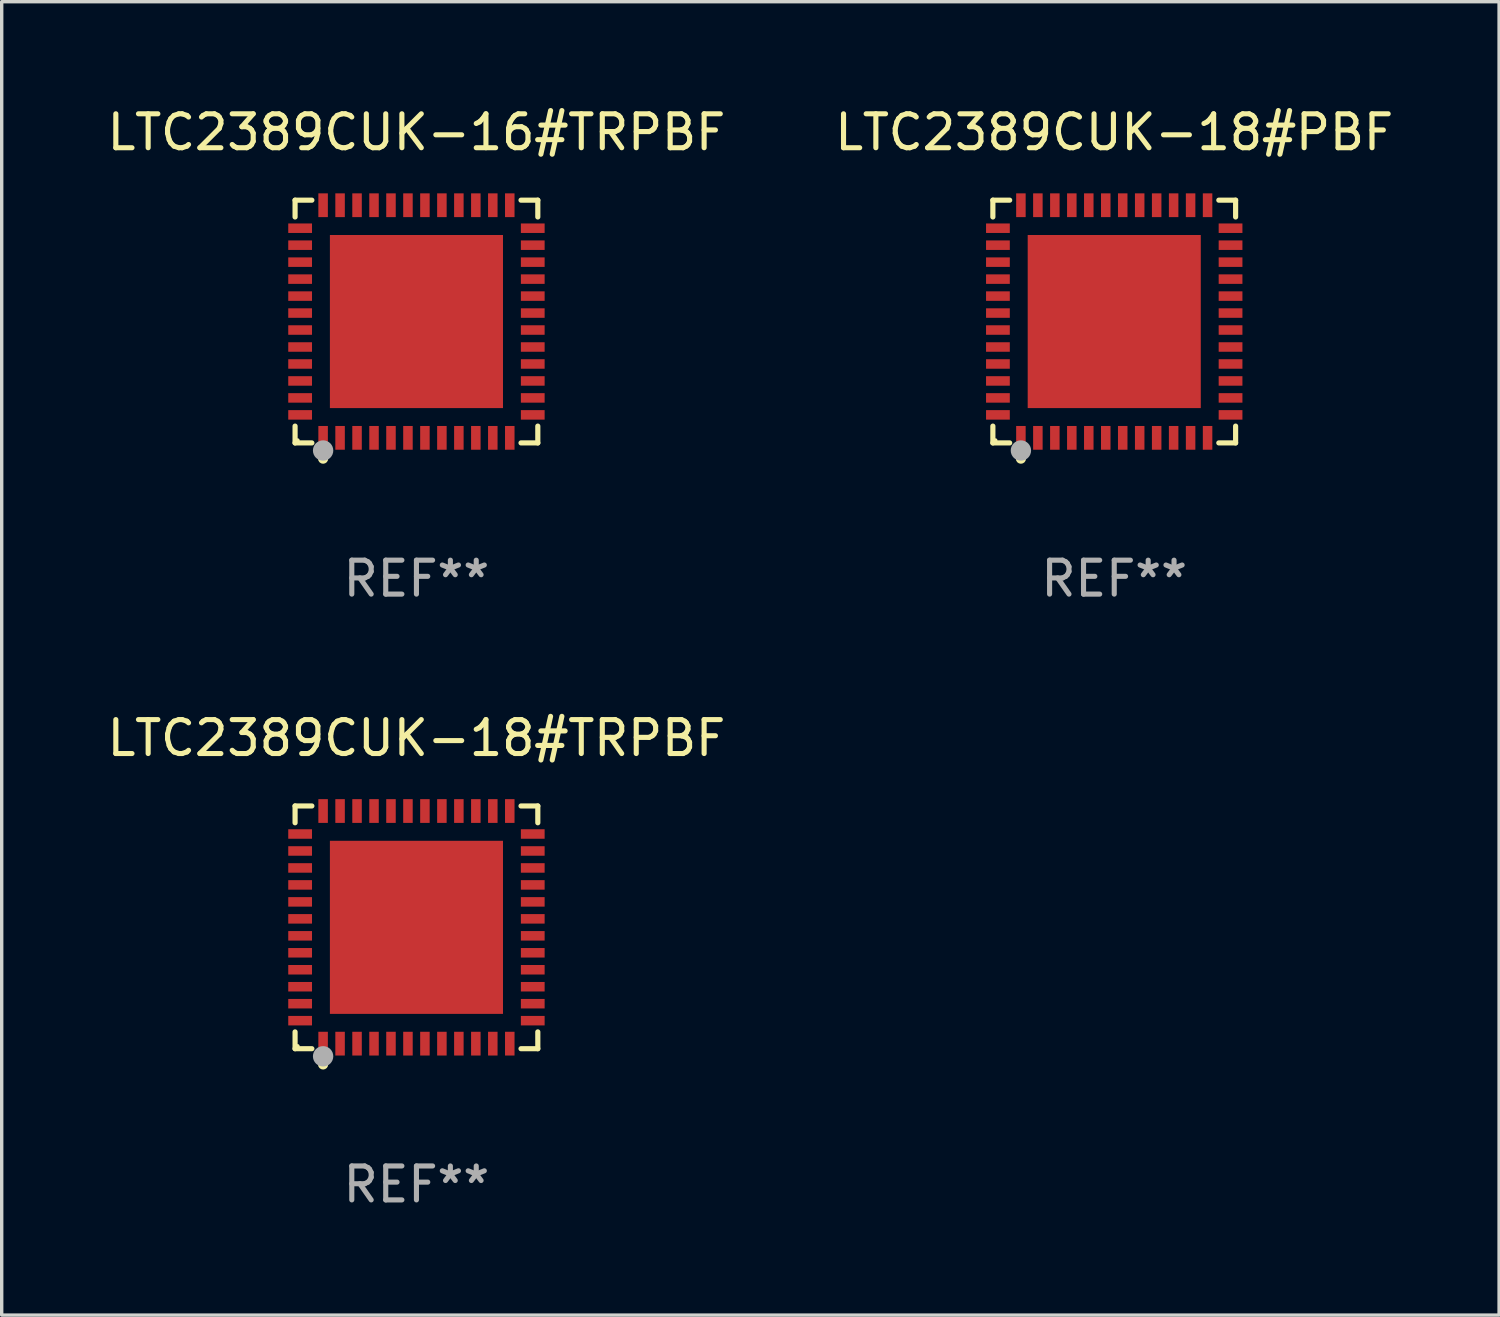
<source format=kicad_pcb>
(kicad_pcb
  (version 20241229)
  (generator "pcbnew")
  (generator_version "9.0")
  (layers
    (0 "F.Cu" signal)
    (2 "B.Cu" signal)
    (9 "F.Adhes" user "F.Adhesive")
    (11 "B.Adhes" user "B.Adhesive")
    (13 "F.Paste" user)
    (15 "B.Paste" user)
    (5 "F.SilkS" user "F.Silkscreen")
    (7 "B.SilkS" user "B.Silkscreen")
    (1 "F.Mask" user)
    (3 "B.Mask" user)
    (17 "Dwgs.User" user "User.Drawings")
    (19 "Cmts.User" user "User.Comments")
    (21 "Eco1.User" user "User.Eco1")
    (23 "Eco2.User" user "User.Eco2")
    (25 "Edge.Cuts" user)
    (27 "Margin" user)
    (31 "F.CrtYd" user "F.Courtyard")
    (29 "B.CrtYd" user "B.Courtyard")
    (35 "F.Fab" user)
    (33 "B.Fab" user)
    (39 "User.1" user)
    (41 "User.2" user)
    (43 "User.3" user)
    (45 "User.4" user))
  (footprint "LTC2389CUK-18#PBF"
    (layer "F.Cu")
    (at 29.78 6.424)
    (property "Reference" "LTC2389CUK-18#PBF" (at 0 -5.576 0) (layer "F.SilkS") (effects (font (size 1 1) (thickness 0.15))))
    (attr through_hole)
    (fp_line (start -3.576 -3.576) (end -3.081 -3.576) (stroke (width 0.152) (type solid)) (layer "F.SilkS"))
    (fp_line (start -3.576 -3.081) (end -3.576 -3.576) (stroke (width 0.152) (type solid)) (layer "F.SilkS"))
    (fp_line (start -3.576 3.081) (end -3.576 3.576) (stroke (width 0.152) (type solid)) (layer "F.SilkS"))
    (fp_line (start -3.576 3.576) (end -3.081 3.576) (stroke (width 0.152) (type solid)) (layer "F.SilkS"))
    (fp_line (start 3.576 -3.576) (end 3.081 -3.576) (stroke (width 0.152) (type solid)) (layer "F.SilkS"))
    (fp_line (start 3.576 -3.081) (end 3.576 -3.576) (stroke (width 0.152) (type solid)) (layer "F.SilkS"))
    (fp_line (start 3.576 3.081) (end 3.576 3.576) (stroke (width 0.152) (type solid)) (layer "F.SilkS"))
    (fp_line (start 3.576 3.576) (end 3.081 3.576) (stroke (width 0.152) (type solid)) (layer "F.SilkS"))
    (fp_circle (center -3.5 3.5) (end -3.47 3.5) (stroke (width 0.06) (type solid)) (fill no) (layer "F.SilkS"))
    (fp_circle (center -2.75 4.04) (end -2.675 4.04) (stroke (width 0.15) (type solid)) (fill no) (layer "F.SilkS"))
    (fp_circle (center -2.75 3.8) (end -2.6 3.8) (stroke (width 0.3) (type solid)) (fill no) (layer "F.Fab"))
    (fp_text user "REF**" (at 0 7.576 0) (layer "F.Fab") (effects (font (size 1 1) (thickness 0.15))))
    (pad "1" smd rect (at -2.75 3.427) (size 0.28 0.7) (layers "F.Cu" "F.Mask" "F.Paste"))
    (pad "2" smd rect (at -2.25 3.427) (size 0.28 0.7) (layers "F.Cu" "F.Mask" "F.Paste"))
    (pad "3" smd rect (at -1.75 3.427) (size 0.28 0.7) (layers "F.Cu" "F.Mask" "F.Paste"))
    (pad "4" smd rect (at -1.25 3.427) (size 0.28 0.7) (layers "F.Cu" "F.Mask" "F.Paste"))
    (pad "5" smd rect (at -0.75 3.427) (size 0.28 0.7) (layers "F.Cu" "F.Mask" "F.Paste"))
    (pad "6" smd rect (at -0.25 3.427) (size 0.28 0.7) (layers "F.Cu" "F.Mask" "F.Paste"))
    (pad "7" smd rect (at 0.25 3.427) (size 0.28 0.7) (layers "F.Cu" "F.Mask" "F.Paste"))
    (pad "8" smd rect (at 0.75 3.427) (size 0.28 0.7) (layers "F.Cu" "F.Mask" "F.Paste"))
    (pad "9" smd rect (at 1.25 3.427) (size 0.28 0.7) (layers "F.Cu" "F.Mask" "F.Paste"))
    (pad "10" smd rect (at 1.75 3.427) (size 0.28 0.7) (layers "F.Cu" "F.Mask" "F.Paste"))
    (pad "11" smd rect (at 2.25 3.427) (size 0.28 0.7) (layers "F.Cu" "F.Mask" "F.Paste"))
    (pad "12" smd rect (at 2.75 3.427) (size 0.28 0.7) (layers "F.Cu" "F.Mask" "F.Paste"))
    (pad "13" smd rect (at 3.427 2.75) (size 0.7 0.28) (layers "F.Cu" "F.Mask" "F.Paste"))
    (pad "14" smd rect (at 3.427 2.25) (size 0.7 0.28) (layers "F.Cu" "F.Mask" "F.Paste"))
    (pad "15" smd rect (at 3.427 1.75) (size 0.7 0.28) (layers "F.Cu" "F.Mask" "F.Paste"))
    (pad "16" smd rect (at 3.427 1.25) (size 0.7 0.28) (layers "F.Cu" "F.Mask" "F.Paste"))
    (pad "17" smd rect (at 3.427 0.75) (size 0.7 0.28) (layers "F.Cu" "F.Mask" "F.Paste"))
    (pad "18" smd rect (at 3.427 0.25) (size 0.7 0.28) (layers "F.Cu" "F.Mask" "F.Paste"))
    (pad "19" smd rect (at 3.427 -0.25) (size 0.7 0.28) (layers "F.Cu" "F.Mask" "F.Paste"))
    (pad "20" smd rect (at 3.427 -0.75) (size 0.7 0.28) (layers "F.Cu" "F.Mask" "F.Paste"))
    (pad "21" smd rect (at 3.427 -1.25) (size 0.7 0.28) (layers "F.Cu" "F.Mask" "F.Paste"))
    (pad "22" smd rect (at 3.427 -1.75) (size 0.7 0.28) (layers "F.Cu" "F.Mask" "F.Paste"))
    (pad "23" smd rect (at 3.427 -2.25) (size 0.7 0.28) (layers "F.Cu" "F.Mask" "F.Paste"))
    (pad "24" smd rect (at 3.427 -2.75) (size 0.7 0.28) (layers "F.Cu" "F.Mask" "F.Paste"))
    (pad "25" smd rect (at 2.75 -3.427) (size 0.28 0.7) (layers "F.Cu" "F.Mask" "F.Paste"))
    (pad "26" smd rect (at 2.25 -3.427) (size 0.28 0.7) (layers "F.Cu" "F.Mask" "F.Paste"))
    (pad "27" smd rect (at 1.75 -3.427) (size 0.28 0.7) (layers "F.Cu" "F.Mask" "F.Paste"))
    (pad "28" smd rect (at 1.25 -3.427) (size 0.28 0.7) (layers "F.Cu" "F.Mask" "F.Paste"))
    (pad "29" smd rect (at 0.75 -3.427) (size 0.28 0.7) (layers "F.Cu" "F.Mask" "F.Paste"))
    (pad "30" smd rect (at 0.25 -3.427) (size 0.28 0.7) (layers "F.Cu" "F.Mask" "F.Paste"))
    (pad "31" smd rect (at -0.25 -3.427) (size 0.28 0.7) (layers "F.Cu" "F.Mask" "F.Paste"))
    (pad "32" smd rect (at -0.75 -3.427) (size 0.28 0.7) (layers "F.Cu" "F.Mask" "F.Paste"))
    (pad "33" smd rect (at -1.25 -3.427) (size 0.28 0.7) (layers "F.Cu" "F.Mask" "F.Paste"))
    (pad "34" smd rect (at -1.75 -3.427) (size 0.28 0.7) (layers "F.Cu" "F.Mask" "F.Paste"))
    (pad "35" smd rect (at -2.25 -3.427) (size 0.28 0.7) (layers "F.Cu" "F.Mask" "F.Paste"))
    (pad "36" smd rect (at -2.75 -3.427) (size 0.28 0.7) (layers "F.Cu" "F.Mask" "F.Paste"))
    (pad "37" smd rect (at -3.427 -2.75) (size 0.7 0.28) (layers "F.Cu" "F.Mask" "F.Paste"))
    (pad "38" smd rect (at -3.427 -2.25) (size 0.7 0.28) (layers "F.Cu" "F.Mask" "F.Paste"))
    (pad "39" smd rect (at -3.427 -1.75) (size 0.7 0.28) (layers "F.Cu" "F.Mask" "F.Paste"))
    (pad "40" smd rect (at -3.427 -1.25) (size 0.7 0.28) (layers "F.Cu" "F.Mask" "F.Paste"))
    (pad "41" smd rect (at -3.427 -0.75) (size 0.7 0.28) (layers "F.Cu" "F.Mask" "F.Paste"))
    (pad "42" smd rect (at -3.427 -0.25) (size 0.7 0.28) (layers "F.Cu" "F.Mask" "F.Paste"))
    (pad "43" smd rect (at -3.427 0.25) (size 0.7 0.28) (layers "F.Cu" "F.Mask" "F.Paste"))
    (pad "44" smd rect (at -3.427 0.75) (size 0.7 0.28) (layers "F.Cu" "F.Mask" "F.Paste"))
    (pad "45" smd rect (at -3.427 1.25) (size 0.7 0.28) (layers "F.Cu" "F.Mask" "F.Paste"))
    (pad "46" smd rect (at -3.427 1.75) (size 0.7 0.28) (layers "F.Cu" "F.Mask" "F.Paste"))
    (pad "47" smd rect (at -3.427 2.25) (size 0.7 0.28) (layers "F.Cu" "F.Mask" "F.Paste"))
    (pad "48" smd rect (at -3.427 2.75) (size 0.7 0.28) (layers "F.Cu" "F.Mask" "F.Paste"))
    (pad "49" smd rect (at 0 0) (size 5.1 5.1) (layers "F.Cu" "F.Mask" "F.Paste")))
  (footprint "LTC2389CUK-16#TRPBF"
    (layer "F.Cu")
    (at 9.22 6.424)
    (property "Reference" "LTC2389CUK-16#TRPBF" (at 0 -5.576 0) (layer "F.SilkS") (effects (font (size 1 1) (thickness 0.15))))
    (attr through_hole)
    (fp_line (start -3.576 -3.576) (end -3.081 -3.576) (stroke (width 0.152) (type solid)) (layer "F.SilkS"))
    (fp_line (start -3.576 -3.081) (end -3.576 -3.576) (stroke (width 0.152) (type solid)) (layer "F.SilkS"))
    (fp_line (start -3.576 3.081) (end -3.576 3.576) (stroke (width 0.152) (type solid)) (layer "F.SilkS"))
    (fp_line (start -3.576 3.576) (end -3.081 3.576) (stroke (width 0.152) (type solid)) (layer "F.SilkS"))
    (fp_line (start 3.576 -3.576) (end 3.081 -3.576) (stroke (width 0.152) (type solid)) (layer "F.SilkS"))
    (fp_line (start 3.576 -3.081) (end 3.576 -3.576) (stroke (width 0.152) (type solid)) (layer "F.SilkS"))
    (fp_line (start 3.576 3.081) (end 3.576 3.576) (stroke (width 0.152) (type solid)) (layer "F.SilkS"))
    (fp_line (start 3.576 3.576) (end 3.081 3.576) (stroke (width 0.152) (type solid)) (layer "F.SilkS"))
    (fp_circle (center -3.5 3.5) (end -3.47 3.5) (stroke (width 0.06) (type solid)) (fill no) (layer "F.SilkS"))
    (fp_circle (center -2.75 4.04) (end -2.675 4.04) (stroke (width 0.15) (type solid)) (fill no) (layer "F.SilkS"))
    (fp_circle (center -2.75 3.8) (end -2.6 3.8) (stroke (width 0.3) (type solid)) (fill no) (layer "F.Fab"))
    (fp_text user "REF**" (at 0 7.576 0) (layer "F.Fab") (effects (font (size 1 1) (thickness 0.15))))
    (pad "1" smd rect (at -2.75 3.427) (size 0.28 0.7) (layers "F.Cu" "F.Mask" "F.Paste"))
    (pad "2" smd rect (at -2.25 3.427) (size 0.28 0.7) (layers "F.Cu" "F.Mask" "F.Paste"))
    (pad "3" smd rect (at -1.75 3.427) (size 0.28 0.7) (layers "F.Cu" "F.Mask" "F.Paste"))
    (pad "4" smd rect (at -1.25 3.427) (size 0.28 0.7) (layers "F.Cu" "F.Mask" "F.Paste"))
    (pad "5" smd rect (at -0.75 3.427) (size 0.28 0.7) (layers "F.Cu" "F.Mask" "F.Paste"))
    (pad "6" smd rect (at -0.25 3.427) (size 0.28 0.7) (layers "F.Cu" "F.Mask" "F.Paste"))
    (pad "7" smd rect (at 0.25 3.427) (size 0.28 0.7) (layers "F.Cu" "F.Mask" "F.Paste"))
    (pad "8" smd rect (at 0.75 3.427) (size 0.28 0.7) (layers "F.Cu" "F.Mask" "F.Paste"))
    (pad "9" smd rect (at 1.25 3.427) (size 0.28 0.7) (layers "F.Cu" "F.Mask" "F.Paste"))
    (pad "10" smd rect (at 1.75 3.427) (size 0.28 0.7) (layers "F.Cu" "F.Mask" "F.Paste"))
    (pad "11" smd rect (at 2.25 3.427) (size 0.28 0.7) (layers "F.Cu" "F.Mask" "F.Paste"))
    (pad "12" smd rect (at 2.75 3.427) (size 0.28 0.7) (layers "F.Cu" "F.Mask" "F.Paste"))
    (pad "13" smd rect (at 3.427 2.75) (size 0.7 0.28) (layers "F.Cu" "F.Mask" "F.Paste"))
    (pad "14" smd rect (at 3.427 2.25) (size 0.7 0.28) (layers "F.Cu" "F.Mask" "F.Paste"))
    (pad "15" smd rect (at 3.427 1.75) (size 0.7 0.28) (layers "F.Cu" "F.Mask" "F.Paste"))
    (pad "16" smd rect (at 3.427 1.25) (size 0.7 0.28) (layers "F.Cu" "F.Mask" "F.Paste"))
    (pad "17" smd rect (at 3.427 0.75) (size 0.7 0.28) (layers "F.Cu" "F.Mask" "F.Paste"))
    (pad "18" smd rect (at 3.427 0.25) (size 0.7 0.28) (layers "F.Cu" "F.Mask" "F.Paste"))
    (pad "19" smd rect (at 3.427 -0.25) (size 0.7 0.28) (layers "F.Cu" "F.Mask" "F.Paste"))
    (pad "20" smd rect (at 3.427 -0.75) (size 0.7 0.28) (layers "F.Cu" "F.Mask" "F.Paste"))
    (pad "21" smd rect (at 3.427 -1.25) (size 0.7 0.28) (layers "F.Cu" "F.Mask" "F.Paste"))
    (pad "22" smd rect (at 3.427 -1.75) (size 0.7 0.28) (layers "F.Cu" "F.Mask" "F.Paste"))
    (pad "23" smd rect (at 3.427 -2.25) (size 0.7 0.28) (layers "F.Cu" "F.Mask" "F.Paste"))
    (pad "24" smd rect (at 3.427 -2.75) (size 0.7 0.28) (layers "F.Cu" "F.Mask" "F.Paste"))
    (pad "25" smd rect (at 2.75 -3.427) (size 0.28 0.7) (layers "F.Cu" "F.Mask" "F.Paste"))
    (pad "26" smd rect (at 2.25 -3.427) (size 0.28 0.7) (layers "F.Cu" "F.Mask" "F.Paste"))
    (pad "27" smd rect (at 1.75 -3.427) (size 0.28 0.7) (layers "F.Cu" "F.Mask" "F.Paste"))
    (pad "28" smd rect (at 1.25 -3.427) (size 0.28 0.7) (layers "F.Cu" "F.Mask" "F.Paste"))
    (pad "29" smd rect (at 0.75 -3.427) (size 0.28 0.7) (layers "F.Cu" "F.Mask" "F.Paste"))
    (pad "30" smd rect (at 0.25 -3.427) (size 0.28 0.7) (layers "F.Cu" "F.Mask" "F.Paste"))
    (pad "31" smd rect (at -0.25 -3.427) (size 0.28 0.7) (layers "F.Cu" "F.Mask" "F.Paste"))
    (pad "32" smd rect (at -0.75 -3.427) (size 0.28 0.7) (layers "F.Cu" "F.Mask" "F.Paste"))
    (pad "33" smd rect (at -1.25 -3.427) (size 0.28 0.7) (layers "F.Cu" "F.Mask" "F.Paste"))
    (pad "34" smd rect (at -1.75 -3.427) (size 0.28 0.7) (layers "F.Cu" "F.Mask" "F.Paste"))
    (pad "35" smd rect (at -2.25 -3.427) (size 0.28 0.7) (layers "F.Cu" "F.Mask" "F.Paste"))
    (pad "36" smd rect (at -2.75 -3.427) (size 0.28 0.7) (layers "F.Cu" "F.Mask" "F.Paste"))
    (pad "37" smd rect (at -3.427 -2.75) (size 0.7 0.28) (layers "F.Cu" "F.Mask" "F.Paste"))
    (pad "38" smd rect (at -3.427 -2.25) (size 0.7 0.28) (layers "F.Cu" "F.Mask" "F.Paste"))
    (pad "39" smd rect (at -3.427 -1.75) (size 0.7 0.28) (layers "F.Cu" "F.Mask" "F.Paste"))
    (pad "40" smd rect (at -3.427 -1.25) (size 0.7 0.28) (layers "F.Cu" "F.Mask" "F.Paste"))
    (pad "41" smd rect (at -3.427 -0.75) (size 0.7 0.28) (layers "F.Cu" "F.Mask" "F.Paste"))
    (pad "42" smd rect (at -3.427 -0.25) (size 0.7 0.28) (layers "F.Cu" "F.Mask" "F.Paste"))
    (pad "43" smd rect (at -3.427 0.25) (size 0.7 0.28) (layers "F.Cu" "F.Mask" "F.Paste"))
    (pad "44" smd rect (at -3.427 0.75) (size 0.7 0.28) (layers "F.Cu" "F.Mask" "F.Paste"))
    (pad "45" smd rect (at -3.427 1.25) (size 0.7 0.28) (layers "F.Cu" "F.Mask" "F.Paste"))
    (pad "46" smd rect (at -3.427 1.75) (size 0.7 0.28) (layers "F.Cu" "F.Mask" "F.Paste"))
    (pad "47" smd rect (at -3.427 2.25) (size 0.7 0.28) (layers "F.Cu" "F.Mask" "F.Paste"))
    (pad "48" smd rect (at -3.427 2.75) (size 0.7 0.28) (layers "F.Cu" "F.Mask" "F.Paste"))
    (pad "49" smd rect (at 0 0) (size 5.1 5.1) (layers "F.Cu" "F.Mask" "F.Paste")))
  (footprint "LTC2389CUK-18#TRPBF"
    (layer "F.Cu")
    (at 9.22 24.273)
    (property "Reference" "LTC2389CUK-18#TRPBF" (at 0 -5.576 0) (layer "F.SilkS") (effects (font (size 1 1) (thickness 0.15))))
    (attr through_hole)
    (fp_line (start -3.576 -3.576) (end -3.081 -3.576) (stroke (width 0.152) (type solid)) (layer "F.SilkS"))
    (fp_line (start -3.576 -3.081) (end -3.576 -3.576) (stroke (width 0.152) (type solid)) (layer "F.SilkS"))
    (fp_line (start -3.576 3.081) (end -3.576 3.576) (stroke (width 0.152) (type solid)) (layer "F.SilkS"))
    (fp_line (start -3.576 3.576) (end -3.081 3.576) (stroke (width 0.152) (type solid)) (layer "F.SilkS"))
    (fp_line (start 3.576 -3.576) (end 3.081 -3.576) (stroke (width 0.152) (type solid)) (layer "F.SilkS"))
    (fp_line (start 3.576 -3.081) (end 3.576 -3.576) (stroke (width 0.152) (type solid)) (layer "F.SilkS"))
    (fp_line (start 3.576 3.081) (end 3.576 3.576) (stroke (width 0.152) (type solid)) (layer "F.SilkS"))
    (fp_line (start 3.576 3.576) (end 3.081 3.576) (stroke (width 0.152) (type solid)) (layer "F.SilkS"))
    (fp_circle (center -3.5 3.5) (end -3.47 3.5) (stroke (width 0.06) (type solid)) (fill no) (layer "F.SilkS"))
    (fp_circle (center -2.75 4.04) (end -2.675 4.04) (stroke (width 0.15) (type solid)) (fill no) (layer "F.SilkS"))
    (fp_circle (center -2.75 3.8) (end -2.6 3.8) (stroke (width 0.3) (type solid)) (fill no) (layer "F.Fab"))
    (fp_text user "REF**" (at 0 7.576 0) (layer "F.Fab") (effects (font (size 1 1) (thickness 0.15))))
    (pad "1" smd rect (at -2.75 3.427) (size 0.28 0.7) (layers "F.Cu" "F.Mask" "F.Paste"))
    (pad "2" smd rect (at -2.25 3.427) (size 0.28 0.7) (layers "F.Cu" "F.Mask" "F.Paste"))
    (pad "3" smd rect (at -1.75 3.427) (size 0.28 0.7) (layers "F.Cu" "F.Mask" "F.Paste"))
    (pad "4" smd rect (at -1.25 3.427) (size 0.28 0.7) (layers "F.Cu" "F.Mask" "F.Paste"))
    (pad "5" smd rect (at -0.75 3.427) (size 0.28 0.7) (layers "F.Cu" "F.Mask" "F.Paste"))
    (pad "6" smd rect (at -0.25 3.427) (size 0.28 0.7) (layers "F.Cu" "F.Mask" "F.Paste"))
    (pad "7" smd rect (at 0.25 3.427) (size 0.28 0.7) (layers "F.Cu" "F.Mask" "F.Paste"))
    (pad "8" smd rect (at 0.75 3.427) (size 0.28 0.7) (layers "F.Cu" "F.Mask" "F.Paste"))
    (pad "9" smd rect (at 1.25 3.427) (size 0.28 0.7) (layers "F.Cu" "F.Mask" "F.Paste"))
    (pad "10" smd rect (at 1.75 3.427) (size 0.28 0.7) (layers "F.Cu" "F.Mask" "F.Paste"))
    (pad "11" smd rect (at 2.25 3.427) (size 0.28 0.7) (layers "F.Cu" "F.Mask" "F.Paste"))
    (pad "12" smd rect (at 2.75 3.427) (size 0.28 0.7) (layers "F.Cu" "F.Mask" "F.Paste"))
    (pad "13" smd rect (at 3.427 2.75) (size 0.7 0.28) (layers "F.Cu" "F.Mask" "F.Paste"))
    (pad "14" smd rect (at 3.427 2.25) (size 0.7 0.28) (layers "F.Cu" "F.Mask" "F.Paste"))
    (pad "15" smd rect (at 3.427 1.75) (size 0.7 0.28) (layers "F.Cu" "F.Mask" "F.Paste"))
    (pad "16" smd rect (at 3.427 1.25) (size 0.7 0.28) (layers "F.Cu" "F.Mask" "F.Paste"))
    (pad "17" smd rect (at 3.427 0.75) (size 0.7 0.28) (layers "F.Cu" "F.Mask" "F.Paste"))
    (pad "18" smd rect (at 3.427 0.25) (size 0.7 0.28) (layers "F.Cu" "F.Mask" "F.Paste"))
    (pad "19" smd rect (at 3.427 -0.25) (size 0.7 0.28) (layers "F.Cu" "F.Mask" "F.Paste"))
    (pad "20" smd rect (at 3.427 -0.75) (size 0.7 0.28) (layers "F.Cu" "F.Mask" "F.Paste"))
    (pad "21" smd rect (at 3.427 -1.25) (size 0.7 0.28) (layers "F.Cu" "F.Mask" "F.Paste"))
    (pad "22" smd rect (at 3.427 -1.75) (size 0.7 0.28) (layers "F.Cu" "F.Mask" "F.Paste"))
    (pad "23" smd rect (at 3.427 -2.25) (size 0.7 0.28) (layers "F.Cu" "F.Mask" "F.Paste"))
    (pad "24" smd rect (at 3.427 -2.75) (size 0.7 0.28) (layers "F.Cu" "F.Mask" "F.Paste"))
    (pad "25" smd rect (at 2.75 -3.427) (size 0.28 0.7) (layers "F.Cu" "F.Mask" "F.Paste"))
    (pad "26" smd rect (at 2.25 -3.427) (size 0.28 0.7) (layers "F.Cu" "F.Mask" "F.Paste"))
    (pad "27" smd rect (at 1.75 -3.427) (size 0.28 0.7) (layers "F.Cu" "F.Mask" "F.Paste"))
    (pad "28" smd rect (at 1.25 -3.427) (size 0.28 0.7) (layers "F.Cu" "F.Mask" "F.Paste"))
    (pad "29" smd rect (at 0.75 -3.427) (size 0.28 0.7) (layers "F.Cu" "F.Mask" "F.Paste"))
    (pad "30" smd rect (at 0.25 -3.427) (size 0.28 0.7) (layers "F.Cu" "F.Mask" "F.Paste"))
    (pad "31" smd rect (at -0.25 -3.427) (size 0.28 0.7) (layers "F.Cu" "F.Mask" "F.Paste"))
    (pad "32" smd rect (at -0.75 -3.427) (size 0.28 0.7) (layers "F.Cu" "F.Mask" "F.Paste"))
    (pad "33" smd rect (at -1.25 -3.427) (size 0.28 0.7) (layers "F.Cu" "F.Mask" "F.Paste"))
    (pad "34" smd rect (at -1.75 -3.427) (size 0.28 0.7) (layers "F.Cu" "F.Mask" "F.Paste"))
    (pad "35" smd rect (at -2.25 -3.427) (size 0.28 0.7) (layers "F.Cu" "F.Mask" "F.Paste"))
    (pad "36" smd rect (at -2.75 -3.427) (size 0.28 0.7) (layers "F.Cu" "F.Mask" "F.Paste"))
    (pad "37" smd rect (at -3.427 -2.75) (size 0.7 0.28) (layers "F.Cu" "F.Mask" "F.Paste"))
    (pad "38" smd rect (at -3.427 -2.25) (size 0.7 0.28) (layers "F.Cu" "F.Mask" "F.Paste"))
    (pad "39" smd rect (at -3.427 -1.75) (size 0.7 0.28) (layers "F.Cu" "F.Mask" "F.Paste"))
    (pad "40" smd rect (at -3.427 -1.25) (size 0.7 0.28) (layers "F.Cu" "F.Mask" "F.Paste"))
    (pad "41" smd rect (at -3.427 -0.75) (size 0.7 0.28) (layers "F.Cu" "F.Mask" "F.Paste"))
    (pad "42" smd rect (at -3.427 -0.25) (size 0.7 0.28) (layers "F.Cu" "F.Mask" "F.Paste"))
    (pad "43" smd rect (at -3.427 0.25) (size 0.7 0.28) (layers "F.Cu" "F.Mask" "F.Paste"))
    (pad "44" smd rect (at -3.427 0.75) (size 0.7 0.28) (layers "F.Cu" "F.Mask" "F.Paste"))
    (pad "45" smd rect (at -3.427 1.25) (size 0.7 0.28) (layers "F.Cu" "F.Mask" "F.Paste"))
    (pad "46" smd rect (at -3.427 1.75) (size 0.7 0.28) (layers "F.Cu" "F.Mask" "F.Paste"))
    (pad "47" smd rect (at -3.427 2.25) (size 0.7 0.28) (layers "F.Cu" "F.Mask" "F.Paste"))
    (pad "48" smd rect (at -3.427 2.75) (size 0.7 0.28) (layers "F.Cu" "F.Mask" "F.Paste"))
    (pad "49" smd rect (at 0 0) (size 5.1 5.1) (layers "F.Cu" "F.Mask" "F.Paste")))
  (gr_rect
    (start -3 -3)
    (end 41.119 35.698)
    (stroke (width 0.1) (type default))
    (fill no)
    (layer "Edge.Cuts")))
</source>
